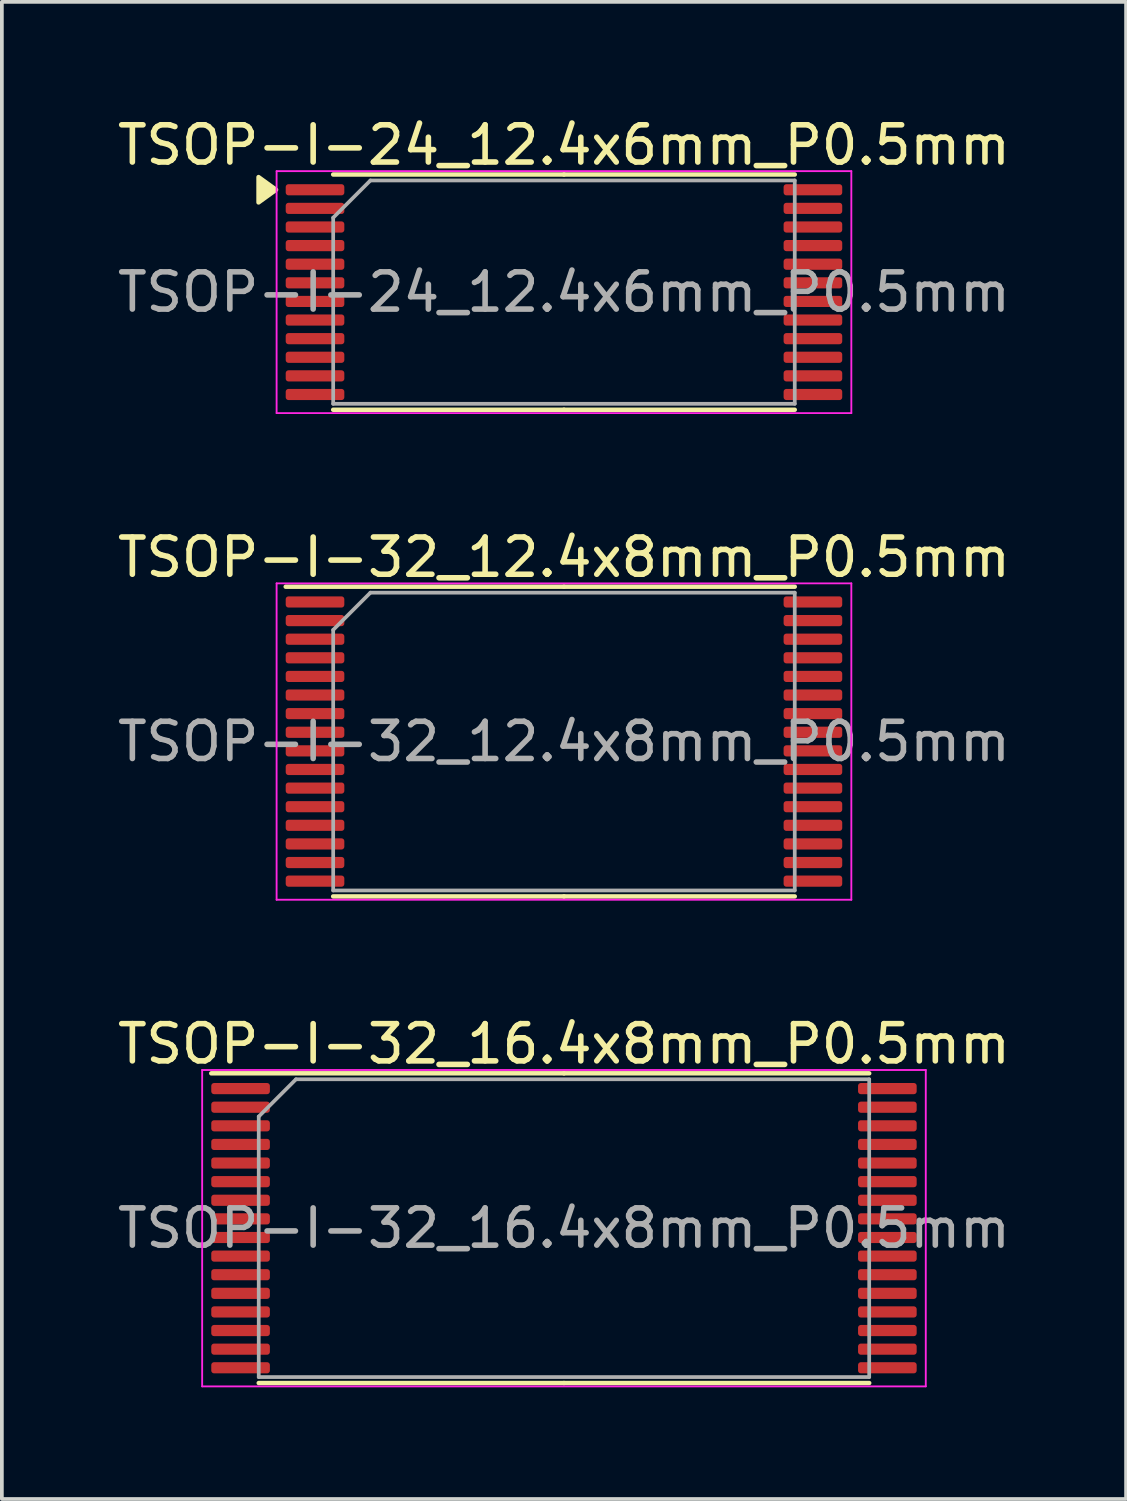
<source format=kicad_pcb>
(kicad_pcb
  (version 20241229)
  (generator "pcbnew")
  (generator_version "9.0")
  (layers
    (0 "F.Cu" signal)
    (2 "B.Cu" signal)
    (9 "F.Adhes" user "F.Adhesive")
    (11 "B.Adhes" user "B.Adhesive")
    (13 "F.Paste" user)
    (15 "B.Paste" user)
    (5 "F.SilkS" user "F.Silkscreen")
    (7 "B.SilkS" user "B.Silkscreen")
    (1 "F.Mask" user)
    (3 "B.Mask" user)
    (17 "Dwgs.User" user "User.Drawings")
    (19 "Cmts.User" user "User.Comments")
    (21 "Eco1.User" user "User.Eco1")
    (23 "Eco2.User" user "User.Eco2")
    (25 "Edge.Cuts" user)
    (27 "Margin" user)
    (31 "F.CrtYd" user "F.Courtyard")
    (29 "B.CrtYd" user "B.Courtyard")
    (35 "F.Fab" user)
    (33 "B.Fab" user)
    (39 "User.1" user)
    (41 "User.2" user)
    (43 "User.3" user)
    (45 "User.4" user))
  (footprint "TSOP-I-32_12.4x8mm_P0.5mm"
    (layer "F.Cu")
    (at 12.101 16.872)
    (property "Reference" "TSOP-I-32_12.4x8mm_P0.5mm" (at 0 -4.95 0) (layer "F.SilkS") (effects (font (size 1 1) (thickness 0.15))))
    (attr smd)
    (fp_line (start 0 -4.16) (end -7.475 -4.16) (stroke (width 0.12) (type solid)) (layer "F.SilkS"))
    (fp_line (start 0 -4.16) (end 6.2 -4.16) (stroke (width 0.12) (type solid)) (layer "F.SilkS"))
    (fp_line (start 0 4.16) (end -6.2 4.16) (stroke (width 0.12) (type solid)) (layer "F.SilkS"))
    (fp_line (start 0 4.16) (end 6.2 4.16) (stroke (width 0.12) (type solid)) (layer "F.SilkS"))
    (fp_line (start -7.72 -4.25) (end -7.72 4.25) (stroke (width 0.05) (type solid)) (layer "F.CrtYd"))
    (fp_line (start -7.72 4.25) (end 7.72 4.25) (stroke (width 0.05) (type solid)) (layer "F.CrtYd"))
    (fp_line (start 7.72 -4.25) (end -7.72 -4.25) (stroke (width 0.05) (type solid)) (layer "F.CrtYd"))
    (fp_line (start 7.72 4.25) (end 7.72 -4.25) (stroke (width 0.05) (type solid)) (layer "F.CrtYd"))
    (fp_line (start -6.2 -3) (end -5.2 -4) (stroke (width 0.1) (type solid)) (layer "F.Fab"))
    (fp_line (start -6.2 4) (end -6.2 -3) (stroke (width 0.1) (type solid)) (layer "F.Fab"))
    (fp_line (start -5.2 -4) (end 6.2 -4) (stroke (width 0.1) (type solid)) (layer "F.Fab"))
    (fp_line (start 6.2 -4) (end 6.2 4) (stroke (width 0.1) (type solid)) (layer "F.Fab"))
    (fp_line (start 6.2 4) (end -6.2 4) (stroke (width 0.1) (type solid)) (layer "F.Fab"))
    (fp_text user "${REFERENCE}" (at 0 0 0) (layer "F.Fab") (effects (font (size 1 1) (thickness 0.15))))
    (pad "1" smd roundrect (at -6.688 -3.75) (size 1.575 0.3) (layers "F.Cu" "F.Mask" "F.Paste") (roundrect_rratio 0.25))
    (pad "2" smd roundrect (at -6.688 -3.25) (size 1.575 0.3) (layers "F.Cu" "F.Mask" "F.Paste") (roundrect_rratio 0.25))
    (pad "3" smd roundrect (at -6.688 -2.75) (size 1.575 0.3) (layers "F.Cu" "F.Mask" "F.Paste") (roundrect_rratio 0.25))
    (pad "4" smd roundrect (at -6.688 -2.25) (size 1.575 0.3) (layers "F.Cu" "F.Mask" "F.Paste") (roundrect_rratio 0.25))
    (pad "5" smd roundrect (at -6.688 -1.75) (size 1.575 0.3) (layers "F.Cu" "F.Mask" "F.Paste") (roundrect_rratio 0.25))
    (pad "6" smd roundrect (at -6.688 -1.25) (size 1.575 0.3) (layers "F.Cu" "F.Mask" "F.Paste") (roundrect_rratio 0.25))
    (pad "7" smd roundrect (at -6.688 -0.75) (size 1.575 0.3) (layers "F.Cu" "F.Mask" "F.Paste") (roundrect_rratio 0.25))
    (pad "8" smd roundrect (at -6.688 -0.25) (size 1.575 0.3) (layers "F.Cu" "F.Mask" "F.Paste") (roundrect_rratio 0.25))
    (pad "9" smd roundrect (at -6.688 0.25) (size 1.575 0.3) (layers "F.Cu" "F.Mask" "F.Paste") (roundrect_rratio 0.25))
    (pad "10" smd roundrect (at -6.688 0.75) (size 1.575 0.3) (layers "F.Cu" "F.Mask" "F.Paste") (roundrect_rratio 0.25))
    (pad "11" smd roundrect (at -6.688 1.25) (size 1.575 0.3) (layers "F.Cu" "F.Mask" "F.Paste") (roundrect_rratio 0.25))
    (pad "12" smd roundrect (at -6.688 1.75) (size 1.575 0.3) (layers "F.Cu" "F.Mask" "F.Paste") (roundrect_rratio 0.25))
    (pad "13" smd roundrect (at -6.688 2.25) (size 1.575 0.3) (layers "F.Cu" "F.Mask" "F.Paste") (roundrect_rratio 0.25))
    (pad "14" smd roundrect (at -6.688 2.75) (size 1.575 0.3) (layers "F.Cu" "F.Mask" "F.Paste") (roundrect_rratio 0.25))
    (pad "15" smd roundrect (at -6.688 3.25) (size 1.575 0.3) (layers "F.Cu" "F.Mask" "F.Paste") (roundrect_rratio 0.25))
    (pad "16" smd roundrect (at -6.688 3.75) (size 1.575 0.3) (layers "F.Cu" "F.Mask" "F.Paste") (roundrect_rratio 0.25))
    (pad "17" smd roundrect (at 6.688 3.75) (size 1.575 0.3) (layers "F.Cu" "F.Mask" "F.Paste") (roundrect_rratio 0.25))
    (pad "18" smd roundrect (at 6.688 3.25) (size 1.575 0.3) (layers "F.Cu" "F.Mask" "F.Paste") (roundrect_rratio 0.25))
    (pad "19" smd roundrect (at 6.688 2.75) (size 1.575 0.3) (layers "F.Cu" "F.Mask" "F.Paste") (roundrect_rratio 0.25))
    (pad "20" smd roundrect (at 6.688 2.25) (size 1.575 0.3) (layers "F.Cu" "F.Mask" "F.Paste") (roundrect_rratio 0.25))
    (pad "21" smd roundrect (at 6.688 1.75) (size 1.575 0.3) (layers "F.Cu" "F.Mask" "F.Paste") (roundrect_rratio 0.25))
    (pad "22" smd roundrect (at 6.688 1.25) (size 1.575 0.3) (layers "F.Cu" "F.Mask" "F.Paste") (roundrect_rratio 0.25))
    (pad "23" smd roundrect (at 6.688 0.75) (size 1.575 0.3) (layers "F.Cu" "F.Mask" "F.Paste") (roundrect_rratio 0.25))
    (pad "24" smd roundrect (at 6.688 0.25) (size 1.575 0.3) (layers "F.Cu" "F.Mask" "F.Paste") (roundrect_rratio 0.25))
    (pad "25" smd roundrect (at 6.688 -0.25) (size 1.575 0.3) (layers "F.Cu" "F.Mask" "F.Paste") (roundrect_rratio 0.25))
    (pad "26" smd roundrect (at 6.688 -0.75) (size 1.575 0.3) (layers "F.Cu" "F.Mask" "F.Paste") (roundrect_rratio 0.25))
    (pad "27" smd roundrect (at 6.688 -1.25) (size 1.575 0.3) (layers "F.Cu" "F.Mask" "F.Paste") (roundrect_rratio 0.25))
    (pad "28" smd roundrect (at 6.688 -1.75) (size 1.575 0.3) (layers "F.Cu" "F.Mask" "F.Paste") (roundrect_rratio 0.25))
    (pad "29" smd roundrect (at 6.688 -2.25) (size 1.575 0.3) (layers "F.Cu" "F.Mask" "F.Paste") (roundrect_rratio 0.25))
    (pad "30" smd roundrect (at 6.688 -2.75) (size 1.575 0.3) (layers "F.Cu" "F.Mask" "F.Paste") (roundrect_rratio 0.25))
    (pad "31" smd roundrect (at 6.688 -3.25) (size 1.575 0.3) (layers "F.Cu" "F.Mask" "F.Paste") (roundrect_rratio 0.25))
    (pad "32" smd roundrect (at 6.688 -3.75) (size 1.575 0.3) (layers "F.Cu" "F.Mask" "F.Paste") (roundrect_rratio 0.25)))
  (footprint "TSOP-I-24_12.4x6mm_P0.5mm"
    (layer "F.Cu")
    (at 12.101 4.798)
    (property "Reference" "TSOP-I-24_12.4x6mm_P0.5mm" (at 0 -3.95 0) (layer "F.SilkS") (effects (font (size 1 1) (thickness 0.15))))
    (attr smd)
    (fp_line (start 0 -3.16) (end -6.2 -3.16) (stroke (width 0.12) (type solid)) (layer "F.SilkS"))
    (fp_line (start 0 -3.16) (end 6.2 -3.16) (stroke (width 0.12) (type solid)) (layer "F.SilkS"))
    (fp_line (start 0 3.16) (end -6.2 3.16) (stroke (width 0.12) (type solid)) (layer "F.SilkS"))
    (fp_line (start 0 3.16) (end 6.2 3.16) (stroke (width 0.12) (type solid)) (layer "F.SilkS"))
    (fp_poly (pts (xy -7.735 -2.75) (xy -8.205 -3.09) (xy -8.205 -2.41) (xy -7.735 -2.75)) (stroke (width 0.12) (type solid)) (fill yes) (layer "F.SilkS"))
    (fp_line (start -7.72 -3.25) (end -7.72 3.25) (stroke (width 0.05) (type solid)) (layer "F.CrtYd"))
    (fp_line (start -7.72 3.25) (end 7.72 3.25) (stroke (width 0.05) (type solid)) (layer "F.CrtYd"))
    (fp_line (start 7.72 -3.25) (end -7.72 -3.25) (stroke (width 0.05) (type solid)) (layer "F.CrtYd"))
    (fp_line (start 7.72 3.25) (end 7.72 -3.25) (stroke (width 0.05) (type solid)) (layer "F.CrtYd"))
    (fp_line (start -6.2 -2) (end -5.2 -3) (stroke (width 0.1) (type solid)) (layer "F.Fab"))
    (fp_line (start -6.2 3) (end -6.2 -2) (stroke (width 0.1) (type solid)) (layer "F.Fab"))
    (fp_line (start -5.2 -3) (end 6.2 -3) (stroke (width 0.1) (type solid)) (layer "F.Fab"))
    (fp_line (start 6.2 -3) (end 6.2 3) (stroke (width 0.1) (type solid)) (layer "F.Fab"))
    (fp_line (start 6.2 3) (end -6.2 3) (stroke (width 0.1) (type solid)) (layer "F.Fab"))
    (fp_text user "${REFERENCE}" (at 0 0 0) (layer "F.Fab") (effects (font (size 1 1) (thickness 0.15))))
    (pad "1" smd roundrect (at -6.688 -2.75) (size 1.575 0.3) (layers "F.Cu" "F.Mask" "F.Paste") (roundrect_rratio 0.25))
    (pad "2" smd roundrect (at -6.688 -2.25) (size 1.575 0.3) (layers "F.Cu" "F.Mask" "F.Paste") (roundrect_rratio 0.25))
    (pad "3" smd roundrect (at -6.688 -1.75) (size 1.575 0.3) (layers "F.Cu" "F.Mask" "F.Paste") (roundrect_rratio 0.25))
    (pad "4" smd roundrect (at -6.688 -1.25) (size 1.575 0.3) (layers "F.Cu" "F.Mask" "F.Paste") (roundrect_rratio 0.25))
    (pad "5" smd roundrect (at -6.688 -0.75) (size 1.575 0.3) (layers "F.Cu" "F.Mask" "F.Paste") (roundrect_rratio 0.25))
    (pad "6" smd roundrect (at -6.688 -0.25) (size 1.575 0.3) (layers "F.Cu" "F.Mask" "F.Paste") (roundrect_rratio 0.25))
    (pad "7" smd roundrect (at -6.688 0.25) (size 1.575 0.3) (layers "F.Cu" "F.Mask" "F.Paste") (roundrect_rratio 0.25))
    (pad "8" smd roundrect (at -6.688 0.75) (size 1.575 0.3) (layers "F.Cu" "F.Mask" "F.Paste") (roundrect_rratio 0.25))
    (pad "9" smd roundrect (at -6.688 1.25) (size 1.575 0.3) (layers "F.Cu" "F.Mask" "F.Paste") (roundrect_rratio 0.25))
    (pad "10" smd roundrect (at -6.688 1.75) (size 1.575 0.3) (layers "F.Cu" "F.Mask" "F.Paste") (roundrect_rratio 0.25))
    (pad "11" smd roundrect (at -6.688 2.25) (size 1.575 0.3) (layers "F.Cu" "F.Mask" "F.Paste") (roundrect_rratio 0.25))
    (pad "12" smd roundrect (at -6.688 2.75) (size 1.575 0.3) (layers "F.Cu" "F.Mask" "F.Paste") (roundrect_rratio 0.25))
    (pad "13" smd roundrect (at 6.688 2.75) (size 1.575 0.3) (layers "F.Cu" "F.Mask" "F.Paste") (roundrect_rratio 0.25))
    (pad "14" smd roundrect (at 6.688 2.25) (size 1.575 0.3) (layers "F.Cu" "F.Mask" "F.Paste") (roundrect_rratio 0.25))
    (pad "15" smd roundrect (at 6.688 1.75) (size 1.575 0.3) (layers "F.Cu" "F.Mask" "F.Paste") (roundrect_rratio 0.25))
    (pad "16" smd roundrect (at 6.688 1.25) (size 1.575 0.3) (layers "F.Cu" "F.Mask" "F.Paste") (roundrect_rratio 0.25))
    (pad "17" smd roundrect (at 6.688 0.75) (size 1.575 0.3) (layers "F.Cu" "F.Mask" "F.Paste") (roundrect_rratio 0.25))
    (pad "18" smd roundrect (at 6.688 0.25) (size 1.575 0.3) (layers "F.Cu" "F.Mask" "F.Paste") (roundrect_rratio 0.25))
    (pad "19" smd roundrect (at 6.688 -0.25) (size 1.575 0.3) (layers "F.Cu" "F.Mask" "F.Paste") (roundrect_rratio 0.25))
    (pad "20" smd roundrect (at 6.688 -0.75) (size 1.575 0.3) (layers "F.Cu" "F.Mask" "F.Paste") (roundrect_rratio 0.25))
    (pad "21" smd roundrect (at 6.688 -1.25) (size 1.575 0.3) (layers "F.Cu" "F.Mask" "F.Paste") (roundrect_rratio 0.25))
    (pad "22" smd roundrect (at 6.688 -1.75) (size 1.575 0.3) (layers "F.Cu" "F.Mask" "F.Paste") (roundrect_rratio 0.25))
    (pad "23" smd roundrect (at 6.688 -2.25) (size 1.575 0.3) (layers "F.Cu" "F.Mask" "F.Paste") (roundrect_rratio 0.25))
    (pad "24" smd roundrect (at 6.688 -2.75) (size 1.575 0.3) (layers "F.Cu" "F.Mask" "F.Paste") (roundrect_rratio 0.25)))
  (footprint "TSOP-I-32_16.4x8mm_P0.5mm"
    (layer "F.Cu")
    (at 12.101 29.945)
    (property "Reference" "TSOP-I-32_16.4x8mm_P0.5mm" (at 0 -4.95 0) (layer "F.SilkS") (effects (font (size 1 1) (thickness 0.15))))
    (attr smd)
    (fp_line (start 0 -4.16) (end -9.475 -4.16) (stroke (width 0.12) (type solid)) (layer "F.SilkS"))
    (fp_line (start 0 -4.16) (end 8.2 -4.16) (stroke (width 0.12) (type solid)) (layer "F.SilkS"))
    (fp_line (start 0 4.16) (end -8.2 4.16) (stroke (width 0.12) (type solid)) (layer "F.SilkS"))
    (fp_line (start 0 4.16) (end 8.2 4.16) (stroke (width 0.12) (type solid)) (layer "F.SilkS"))
    (fp_line (start -9.72 -4.25) (end -9.72 4.25) (stroke (width 0.05) (type solid)) (layer "F.CrtYd"))
    (fp_line (start -9.72 4.25) (end 9.72 4.25) (stroke (width 0.05) (type solid)) (layer "F.CrtYd"))
    (fp_line (start 9.72 -4.25) (end -9.72 -4.25) (stroke (width 0.05) (type solid)) (layer "F.CrtYd"))
    (fp_line (start 9.72 4.25) (end 9.72 -4.25) (stroke (width 0.05) (type solid)) (layer "F.CrtYd"))
    (fp_line (start -8.2 -3) (end -7.2 -4) (stroke (width 0.1) (type solid)) (layer "F.Fab"))
    (fp_line (start -8.2 4) (end -8.2 -3) (stroke (width 0.1) (type solid)) (layer "F.Fab"))
    (fp_line (start -7.2 -4) (end 8.2 -4) (stroke (width 0.1) (type solid)) (layer "F.Fab"))
    (fp_line (start 8.2 -4) (end 8.2 4) (stroke (width 0.1) (type solid)) (layer "F.Fab"))
    (fp_line (start 8.2 4) (end -8.2 4) (stroke (width 0.1) (type solid)) (layer "F.Fab"))
    (fp_text user "${REFERENCE}" (at 0 0 0) (layer "F.Fab") (effects (font (size 1 1) (thickness 0.15))))
    (pad "1" smd roundrect (at -8.688 -3.75) (size 1.575 0.3) (layers "F.Cu" "F.Mask" "F.Paste") (roundrect_rratio 0.25))
    (pad "2" smd roundrect (at -8.688 -3.25) (size 1.575 0.3) (layers "F.Cu" "F.Mask" "F.Paste") (roundrect_rratio 0.25))
    (pad "3" smd roundrect (at -8.688 -2.75) (size 1.575 0.3) (layers "F.Cu" "F.Mask" "F.Paste") (roundrect_rratio 0.25))
    (pad "4" smd roundrect (at -8.688 -2.25) (size 1.575 0.3) (layers "F.Cu" "F.Mask" "F.Paste") (roundrect_rratio 0.25))
    (pad "5" smd roundrect (at -8.688 -1.75) (size 1.575 0.3) (layers "F.Cu" "F.Mask" "F.Paste") (roundrect_rratio 0.25))
    (pad "6" smd roundrect (at -8.688 -1.25) (size 1.575 0.3) (layers "F.Cu" "F.Mask" "F.Paste") (roundrect_rratio 0.25))
    (pad "7" smd roundrect (at -8.688 -0.75) (size 1.575 0.3) (layers "F.Cu" "F.Mask" "F.Paste") (roundrect_rratio 0.25))
    (pad "8" smd roundrect (at -8.688 -0.25) (size 1.575 0.3) (layers "F.Cu" "F.Mask" "F.Paste") (roundrect_rratio 0.25))
    (pad "9" smd roundrect (at -8.688 0.25) (size 1.575 0.3) (layers "F.Cu" "F.Mask" "F.Paste") (roundrect_rratio 0.25))
    (pad "10" smd roundrect (at -8.688 0.75) (size 1.575 0.3) (layers "F.Cu" "F.Mask" "F.Paste") (roundrect_rratio 0.25))
    (pad "11" smd roundrect (at -8.688 1.25) (size 1.575 0.3) (layers "F.Cu" "F.Mask" "F.Paste") (roundrect_rratio 0.25))
    (pad "12" smd roundrect (at -8.688 1.75) (size 1.575 0.3) (layers "F.Cu" "F.Mask" "F.Paste") (roundrect_rratio 0.25))
    (pad "13" smd roundrect (at -8.688 2.25) (size 1.575 0.3) (layers "F.Cu" "F.Mask" "F.Paste") (roundrect_rratio 0.25))
    (pad "14" smd roundrect (at -8.688 2.75) (size 1.575 0.3) (layers "F.Cu" "F.Mask" "F.Paste") (roundrect_rratio 0.25))
    (pad "15" smd roundrect (at -8.688 3.25) (size 1.575 0.3) (layers "F.Cu" "F.Mask" "F.Paste") (roundrect_rratio 0.25))
    (pad "16" smd roundrect (at -8.688 3.75) (size 1.575 0.3) (layers "F.Cu" "F.Mask" "F.Paste") (roundrect_rratio 0.25))
    (pad "17" smd roundrect (at 8.688 3.75) (size 1.575 0.3) (layers "F.Cu" "F.Mask" "F.Paste") (roundrect_rratio 0.25))
    (pad "18" smd roundrect (at 8.688 3.25) (size 1.575 0.3) (layers "F.Cu" "F.Mask" "F.Paste") (roundrect_rratio 0.25))
    (pad "19" smd roundrect (at 8.688 2.75) (size 1.575 0.3) (layers "F.Cu" "F.Mask" "F.Paste") (roundrect_rratio 0.25))
    (pad "20" smd roundrect (at 8.688 2.25) (size 1.575 0.3) (layers "F.Cu" "F.Mask" "F.Paste") (roundrect_rratio 0.25))
    (pad "21" smd roundrect (at 8.688 1.75) (size 1.575 0.3) (layers "F.Cu" "F.Mask" "F.Paste") (roundrect_rratio 0.25))
    (pad "22" smd roundrect (at 8.688 1.25) (size 1.575 0.3) (layers "F.Cu" "F.Mask" "F.Paste") (roundrect_rratio 0.25))
    (pad "23" smd roundrect (at 8.688 0.75) (size 1.575 0.3) (layers "F.Cu" "F.Mask" "F.Paste") (roundrect_rratio 0.25))
    (pad "24" smd roundrect (at 8.688 0.25) (size 1.575 0.3) (layers "F.Cu" "F.Mask" "F.Paste") (roundrect_rratio 0.25))
    (pad "25" smd roundrect (at 8.688 -0.25) (size 1.575 0.3) (layers "F.Cu" "F.Mask" "F.Paste") (roundrect_rratio 0.25))
    (pad "26" smd roundrect (at 8.688 -0.75) (size 1.575 0.3) (layers "F.Cu" "F.Mask" "F.Paste") (roundrect_rratio 0.25))
    (pad "27" smd roundrect (at 8.688 -1.25) (size 1.575 0.3) (layers "F.Cu" "F.Mask" "F.Paste") (roundrect_rratio 0.25))
    (pad "28" smd roundrect (at 8.688 -1.75) (size 1.575 0.3) (layers "F.Cu" "F.Mask" "F.Paste") (roundrect_rratio 0.25))
    (pad "29" smd roundrect (at 8.688 -2.25) (size 1.575 0.3) (layers "F.Cu" "F.Mask" "F.Paste") (roundrect_rratio 0.25))
    (pad "30" smd roundrect (at 8.688 -2.75) (size 1.575 0.3) (layers "F.Cu" "F.Mask" "F.Paste") (roundrect_rratio 0.25))
    (pad "31" smd roundrect (at 8.688 -3.25) (size 1.575 0.3) (layers "F.Cu" "F.Mask" "F.Paste") (roundrect_rratio 0.25))
    (pad "32" smd roundrect (at 8.688 -3.75) (size 1.575 0.3) (layers "F.Cu" "F.Mask" "F.Paste") (roundrect_rratio 0.25)))
  (gr_rect
    (start -3 -3)
    (end 27.202 37.22)
    (stroke (width 0.1) (type default))
    (fill no)
    (layer "Edge.Cuts")))
</source>
